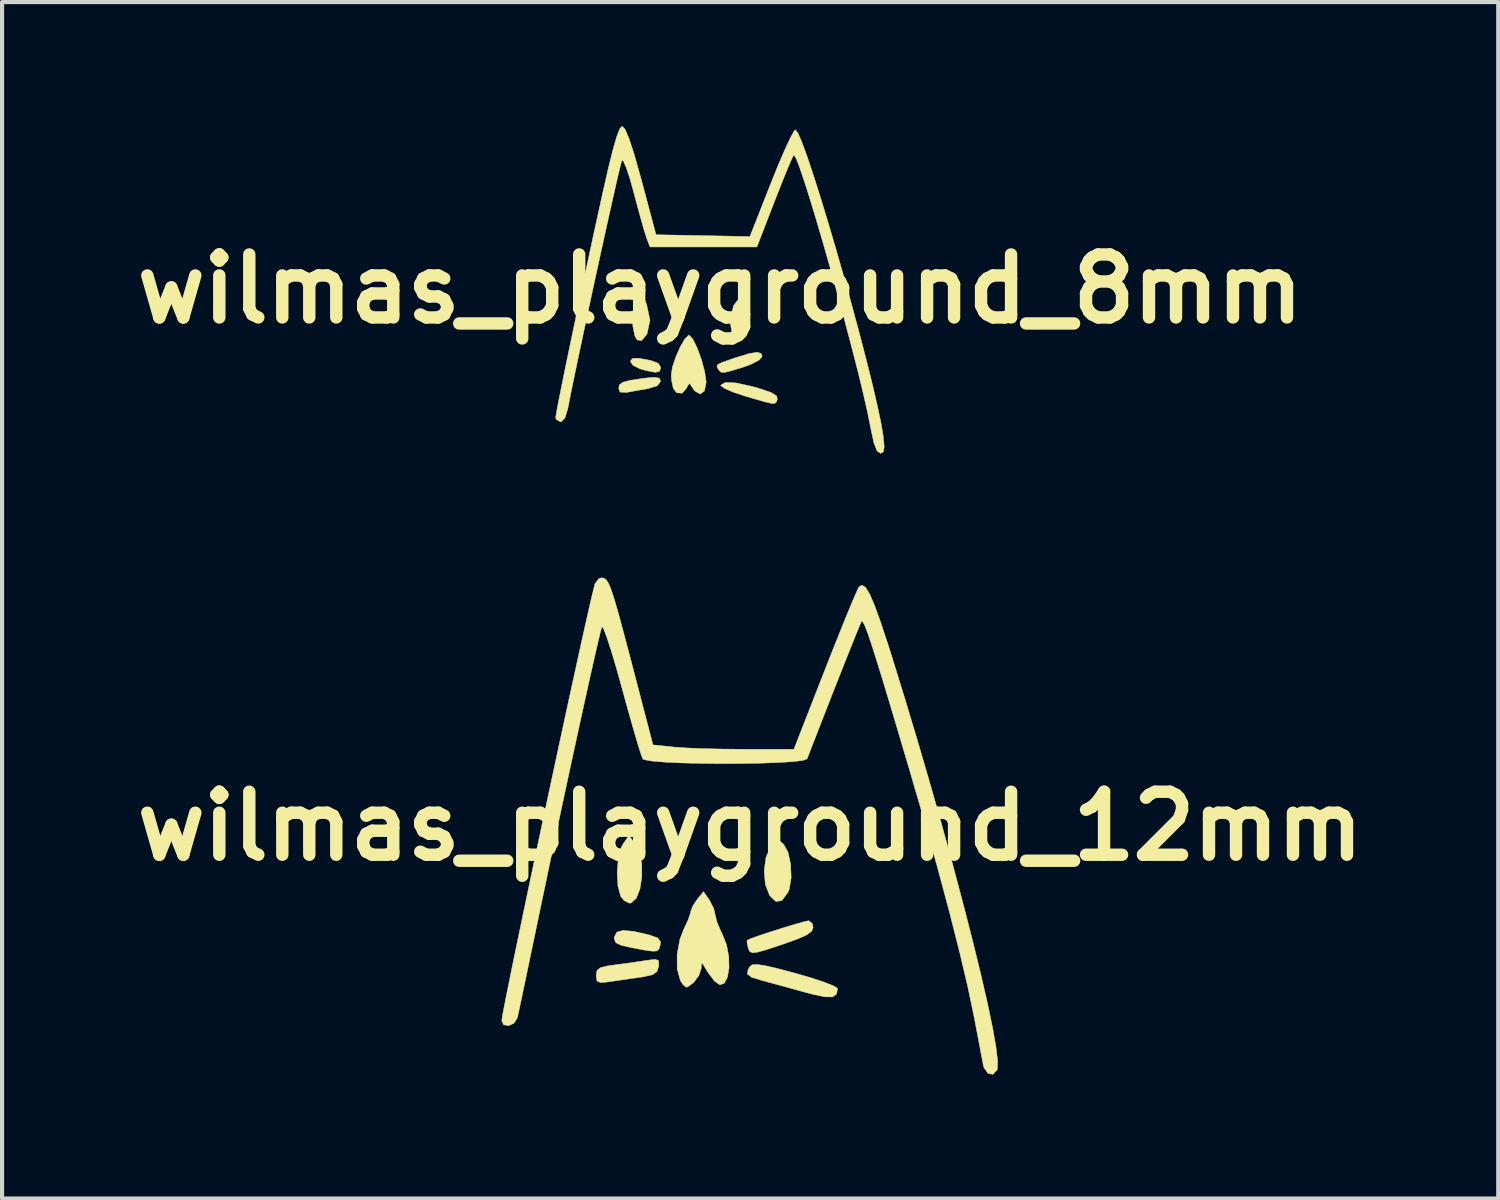
<source format=kicad_pcb>
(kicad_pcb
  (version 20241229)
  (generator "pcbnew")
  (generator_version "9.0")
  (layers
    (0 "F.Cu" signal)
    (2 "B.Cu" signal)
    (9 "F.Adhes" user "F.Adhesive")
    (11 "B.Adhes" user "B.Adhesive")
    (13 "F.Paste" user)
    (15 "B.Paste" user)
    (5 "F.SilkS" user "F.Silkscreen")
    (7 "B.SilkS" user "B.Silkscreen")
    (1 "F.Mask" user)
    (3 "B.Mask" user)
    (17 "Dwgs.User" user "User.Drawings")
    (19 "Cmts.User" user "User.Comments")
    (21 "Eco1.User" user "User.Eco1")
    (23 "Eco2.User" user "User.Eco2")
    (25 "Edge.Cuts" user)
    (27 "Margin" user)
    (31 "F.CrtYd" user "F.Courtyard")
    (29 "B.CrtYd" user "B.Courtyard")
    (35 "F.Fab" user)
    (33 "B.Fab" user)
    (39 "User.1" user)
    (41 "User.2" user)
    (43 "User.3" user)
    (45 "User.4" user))
  (footprint "wilmas_playground_8mm"
    (layer "F.Cu")
    (at 14.376 3.942)
    (property "Reference" "wilmas_playground_8mm" (at 0 0 0) (layer "F.SilkS") (effects (font (size 1.524 1.524) (thickness 0.3))))
    (attr through_hole)
    (fp_poly (pts (xy -1.67 1.733) (xy -1.499 1.8) (xy -1.44 1.89) (xy -1.439 1.907) (xy -1.466 1.995) (xy -1.57 2.018) (xy -1.783 1.977) (xy -1.932 1.936) (xy -2.108 1.85) (xy -2.174 1.751) (xy -2.122 1.681) (xy -1.981 1.675) (xy -1.67 1.733)) (stroke (width 0.01) (type solid)) (fill yes) (layer "F.SilkS"))
    (fp_poly (pts (xy -1.816 0.289) (xy -1.779 0.377) (xy -1.698 0.757) (xy -1.767 1.079) (xy -1.781 1.106) (xy -1.901 1.251) (xy -2.009 1.233) (xy -2.065 1.136) (xy -2.113 0.9) (xy -2.111 0.626) (xy -2.064 0.385) (xy -1.991 0.255) (xy -1.891 0.207) (xy -1.816 0.289)) (stroke (width 0.01) (type solid)) (fill yes) (layer "F.SilkS"))
    (fp_poly (pts (xy 0.548 0.324) (xy 0.629 0.492) (xy 0.668 0.722) (xy 0.651 0.958) (xy 0.637 1.009) (xy 0.536 1.151) (xy 0.399 1.177) (xy 0.291 1.075) (xy 0.288 1.067) (xy 0.251 0.854) (xy 0.269 0.61) (xy 0.329 0.397) (xy 0.42 0.278) (xy 0.44 0.271) (xy 0.548 0.324)) (stroke (width 0.01) (type solid)) (fill yes) (layer "F.SilkS"))
    (fp_poly (pts (xy -1.472 2.159) (xy -1.439 2.232) (xy -1.439 2.235) (xy -1.52 2.342) (xy -1.753 2.413) (xy -1.757 2.414) (xy -2.023 2.459) (xy -2.248 2.501) (xy -2.265 2.504) (xy -2.419 2.497) (xy -2.455 2.412) (xy -2.438 2.322) (xy -2.363 2.26) (xy -2.194 2.214) (xy -1.898 2.168) (xy -1.841 2.16) (xy -1.593 2.137) (xy -1.472 2.159)) (stroke (width 0.01) (type solid)) (fill yes) (layer "F.SilkS"))
    (fp_poly (pts (xy 0.378 2.273) (xy 0.773 2.359) (xy 0.948 2.408) (xy 1.232 2.505) (xy 1.369 2.592) (xy 1.383 2.672) (xy 1.359 2.736) (xy 1.323 2.769) (xy 1.242 2.769) (xy 1.084 2.732) (xy 0.813 2.654) (xy 0.607 2.594) (xy 0.317 2.498) (xy 0.107 2.407) (xy 0.015 2.338) (xy 0.015 2.328) (xy 0.123 2.263) (xy 0.378 2.273)) (stroke (width 0.01) (type solid)) (fill yes) (layer "F.SilkS"))
    (fp_poly (pts (xy 0.997 1.565) (xy 1.016 1.636) (xy 0.942 1.72) (xy 0.751 1.821) (xy 0.564 1.89) (xy 0.277 1.978) (xy 0.11 2.019) (xy 0.023 2.016) (xy -0.026 1.972) (xy -0.046 1.942) (xy -0.079 1.877) (xy -0.058 1.829) (xy 0.049 1.776) (xy 0.275 1.697) (xy 0.375 1.663) (xy 0.703 1.563) (xy 0.901 1.531) (xy 0.997 1.565)) (stroke (width 0.01) (type solid)) (fill yes) (layer "F.SilkS"))
    (fp_poly (pts (xy -0.658 1.219) (xy -0.554 1.432) (xy -0.454 1.707) (xy -0.376 1.991) (xy -0.34 2.232) (xy -0.339 2.265) (xy -0.381 2.472) (xy -0.485 2.544) (xy -0.615 2.468) (xy -0.667 2.392) (xy -0.738 2.289) (xy -0.785 2.336) (xy -0.808 2.392) (xy -0.918 2.522) (xy -1.052 2.513) (xy -1.134 2.406) (xy -1.176 2.212) (xy -1.185 2.078) (xy -1.154 1.885) (xy -1.073 1.644) (xy -0.967 1.403) (xy -0.857 1.213) (xy -0.766 1.121) (xy -0.746 1.12) (xy -0.658 1.219)) (stroke (width 0.01) (type solid)) (fill yes) (layer "F.SilkS"))
    (fp_poly (pts (xy -2.3 -3.862) (xy -2.202 -3.633) (xy -2.077 -3.248) (xy -1.923 -2.7) (xy -1.902 -2.625) (xy -1.552 -1.312) (xy 0.72 -1.268) (xy 1.228 -2.56) (xy 1.402 -2.992) (xy 1.562 -3.363) (xy 1.694 -3.646) (xy 1.786 -3.815) (xy 1.82 -3.852) (xy 1.882 -3.772) (xy 1.979 -3.549) (xy 2.107 -3.2) (xy 2.259 -2.746) (xy 2.43 -2.206) (xy 2.615 -1.6) (xy 2.807 -0.948) (xy 3.001 -0.269) (xy 3.192 0.417) (xy 3.374 1.092) (xy 3.541 1.734) (xy 3.688 2.324) (xy 3.808 2.844) (xy 3.898 3.272) (xy 3.946 3.563) (xy 3.97 3.817) (xy 3.95 3.944) (xy 3.88 3.979) (xy 3.877 3.979) (xy 3.794 3.917) (xy 3.718 3.717) (xy 3.643 3.365) (xy 3.57 3.002) (xy 3.466 2.542) (xy 3.336 2.006) (xy 3.184 1.414) (xy 3.018 0.784) (xy 2.843 0.139) (xy 2.664 -0.504) (xy 2.487 -1.124) (xy 2.318 -1.7) (xy 2.162 -2.214) (xy 2.024 -2.645) (xy 1.911 -2.974) (xy 1.828 -3.179) (xy 1.781 -3.243) (xy 1.779 -3.241) (xy 1.73 -3.141) (xy 1.633 -2.915) (xy 1.502 -2.592) (xy 1.349 -2.204) (xy 1.307 -2.096) (xy 0.889 -1.016) (xy -0.404 -1.016) (xy -1.698 -1.016) (xy -1.777 -1.225) (xy -1.831 -1.392) (xy -1.913 -1.678) (xy -2.012 -2.04) (xy -2.088 -2.327) (xy -2.185 -2.675) (xy -2.274 -2.94) (xy -2.342 -3.093) (xy -2.378 -3.113) (xy -2.406 -3.013) (xy -2.465 -2.77) (xy -2.548 -2.407) (xy -2.651 -1.947) (xy -2.77 -1.413) (xy -2.899 -0.826) (xy -3.033 -0.211) (xy -3.167 0.41) (xy -3.297 1.014) (xy -3.417 1.579) (xy -3.522 2.081) (xy -3.608 2.498) (xy -3.669 2.807) (xy -3.687 2.9) (xy -3.754 3.116) (xy -3.847 3.215) (xy -3.862 3.217) (xy -3.968 3.157) (xy -3.98 3.111) (xy -3.962 2.995) (xy -3.913 2.733) (xy -3.835 2.344) (xy -3.734 1.846) (xy -3.612 1.261) (xy -3.474 0.605) (xy -3.324 -0.1) (xy -3.166 -0.837) (xy -3.004 -1.585) (xy -2.85 -2.286) (xy -2.709 -2.908) (xy -2.594 -3.374) (xy -2.501 -3.693) (xy -2.428 -3.878) (xy -2.37 -3.937) (xy -2.37 -3.937) (xy -2.3 -3.862)) (stroke (width 0.01) (type solid)) (fill yes) (layer "F.SilkS")))
  (footprint "wilmas_playground_12mm"
    (layer "F.Cu")
    (at 15.102 16.943)
    (property "Reference" "wilmas_playground_12mm" (at 0 0 0) (layer "F.SilkS") (effects (font (size 1.524 1.524) (thickness 0.3))))
    (attr through_hole)
    (fp_poly (pts (xy -2.813 2.545) (xy -2.442 2.63) (xy -2.239 2.702) (xy -2.168 2.792) (xy -2.177 2.88) (xy -2.206 2.971) (xy -2.258 3.018) (xy -2.37 3.024) (xy -2.579 2.993) (xy -2.862 2.94) (xy -3.123 2.88) (xy -3.253 2.817) (xy -3.289 2.726) (xy -3.285 2.676) (xy -3.226 2.563) (xy -3.076 2.52) (xy -2.813 2.545)) (stroke (width 0.01) (type solid)) (fill yes) (layer "F.SilkS"))
    (fp_poly (pts (xy -2.78 0.42) (xy -2.674 0.636) (xy -2.622 0.921) (xy -2.622 1.23) (xy -2.667 1.518) (xy -2.755 1.742) (xy -2.88 1.856) (xy -2.921 1.863) (xy -3.054 1.796) (xy -3.13 1.699) (xy -3.198 1.458) (xy -3.218 1.134) (xy -3.192 0.797) (xy -3.123 0.52) (xy -3.076 0.429) (xy -2.935 0.228) (xy -2.78 0.42)) (stroke (width 0.01) (type solid)) (fill yes) (layer "F.SilkS"))
    (fp_poly (pts (xy 0.811 0.438) (xy 0.918 0.634) (xy 0.98 0.926) (xy 0.992 1.245) (xy 0.947 1.523) (xy 0.914 1.602) (xy 0.77 1.796) (xy 0.628 1.824) (xy 0.479 1.686) (xy 0.474 1.679) (xy 0.368 1.413) (xy 0.339 1.077) (xy 0.385 0.746) (xy 0.503 0.496) (xy 0.626 0.365) (xy 0.715 0.357) (xy 0.811 0.438)) (stroke (width 0.01) (type solid)) (fill yes) (layer "F.SilkS"))
    (fp_poly (pts (xy -2.217 3.249) (xy -2.21 3.356) (xy -2.215 3.395) (xy -2.257 3.521) (xy -2.368 3.595) (xy -2.593 3.645) (xy -2.667 3.655) (xy -2.994 3.702) (xy -3.313 3.748) (xy -3.408 3.763) (xy -3.615 3.785) (xy -3.705 3.748) (xy -3.725 3.629) (xy -3.725 3.611) (xy -3.707 3.491) (xy -3.623 3.421) (xy -3.433 3.376) (xy -3.281 3.356) (xy -2.948 3.312) (xy -2.624 3.265) (xy -2.511 3.247) (xy -2.303 3.22) (xy -2.217 3.249)) (stroke (width 0.01) (type solid)) (fill yes) (layer "F.SilkS"))
    (fp_poly (pts (xy 1.505 2.356) (xy 1.524 2.448) (xy 1.491 2.538) (xy 1.373 2.627) (xy 1.145 2.729) (xy 0.781 2.859) (xy 0.765 2.864) (xy 0.413 2.981) (xy 0.188 3.046) (xy 0.059 3.063) (xy -0.007 3.036) (xy -0.041 2.967) (xy -0.047 2.95) (xy -0.078 2.804) (xy -0.071 2.757) (xy 0.029 2.713) (xy 0.244 2.637) (xy 0.529 2.544) (xy 0.836 2.447) (xy 1.119 2.362) (xy 1.33 2.304) (xy 1.418 2.286) (xy 1.505 2.356)) (stroke (width 0.01) (type solid)) (fill yes) (layer "F.SilkS"))
    (fp_poly (pts (xy 0.36 3.373) (xy 0.667 3.444) (xy 1.092 3.557) (xy 1.48 3.67) (xy 1.801 3.776) (xy 2.023 3.865) (xy 2.115 3.925) (xy 2.115 3.929) (xy 2.089 4.064) (xy 1.995 4.13) (xy 1.808 4.129) (xy 1.502 4.064) (xy 1.312 4.013) (xy 0.94 3.91) (xy 0.581 3.812) (xy 0.304 3.737) (xy 0.275 3.729) (xy 0.034 3.654) (xy -0.066 3.579) (xy -0.051 3.472) (xy -0.007 3.396) (xy 0.05 3.353) (xy 0.163 3.344) (xy 0.36 3.373)) (stroke (width 0.01) (type solid)) (fill yes) (layer "F.SilkS"))
    (fp_poly (pts (xy -0.988 1.784) (xy -0.883 1.984) (xy -0.847 2.136) (xy -0.808 2.303) (xy -0.712 2.535) (xy -0.677 2.603) (xy -0.57 2.873) (xy -0.517 3.158) (xy -0.511 3.428) (xy -0.549 3.652) (xy -0.625 3.799) (xy -0.733 3.838) (xy -0.864 3.746) (xy -1.015 3.544) (xy -1.086 3.429) (xy -1.158 3.311) (xy -1.18 3.344) (xy -1.183 3.437) (xy -1.239 3.607) (xy -1.365 3.78) (xy -1.507 3.886) (xy -1.549 3.895) (xy -1.627 3.83) (xy -1.69 3.731) (xy -1.766 3.455) (xy -1.767 3.098) (xy -1.699 2.731) (xy -1.609 2.498) (xy -1.504 2.272) (xy -1.445 2.101) (xy -1.439 2.066) (xy -1.39 1.932) (xy -1.284 1.774) (xy -1.129 1.582) (xy -0.988 1.784)) (stroke (width 0.01) (type solid)) (fill yes) (layer "F.SilkS"))
    (fp_poly (pts (xy -3.536 -6.002) (xy -3.482 -5.963) (xy -3.426 -5.876) (xy -3.362 -5.722) (xy -3.284 -5.482) (xy -3.185 -5.14) (xy -3.06 -4.676) (xy -2.9 -4.072) (xy -2.84 -3.842) (xy -2.352 -1.969) (xy -1.841 -1.916) (xy -1.561 -1.896) (xy -1.163 -1.879) (xy -0.695 -1.868) (xy -0.208 -1.863) (xy -0.136 -1.863) (xy 1.058 -1.863) (xy 1.811 -3.789) (xy 2.023 -4.327) (xy 2.218 -4.814) (xy 2.386 -5.227) (xy 2.519 -5.544) (xy 2.607 -5.741) (xy 2.637 -5.796) (xy 2.71 -5.833) (xy 2.793 -5.779) (xy 2.891 -5.621) (xy 3.01 -5.344) (xy 3.158 -4.937) (xy 3.34 -4.385) (xy 3.429 -4.106) (xy 3.751 -3.063) (xy 4.066 -2.015) (xy 4.369 -0.976) (xy 4.657 0.039) (xy 4.926 1.018) (xy 5.172 1.946) (xy 5.393 2.81) (xy 5.585 3.596) (xy 5.744 4.29) (xy 5.867 4.879) (xy 5.95 5.35) (xy 5.989 5.687) (xy 5.983 5.878) (xy 5.979 5.889) (xy 5.878 6.003) (xy 5.755 5.981) (xy 5.657 5.839) (xy 5.641 5.779) (xy 5.607 5.601) (xy 5.55 5.303) (xy 5.479 4.929) (xy 5.419 4.614) (xy 5.271 3.907) (xy 5.071 3.057) (xy 4.823 2.08) (xy 4.531 0.992) (xy 4.198 -0.19) (xy 3.846 -1.397) (xy 3.585 -2.277) (xy 3.367 -3.007) (xy 3.188 -3.599) (xy 3.043 -4.066) (xy 2.93 -4.42) (xy 2.844 -4.674) (xy 2.78 -4.84) (xy 2.735 -4.931) (xy 2.705 -4.959) (xy 2.691 -4.95) (xy 2.646 -4.848) (xy 2.547 -4.607) (xy 2.403 -4.247) (xy 2.22 -3.786) (xy 2.006 -3.243) (xy 1.769 -2.638) (xy 1.517 -1.989) (xy 1.378 -1.63) (xy 1.282 -1.594) (xy 1.047 -1.564) (xy 0.701 -1.542) (xy 0.273 -1.526) (xy -0.207 -1.517) (xy -0.711 -1.515) (xy -1.209 -1.52) (xy -1.672 -1.532) (xy -2.071 -1.551) (xy -2.377 -1.577) (xy -2.56 -1.609) (xy -2.599 -1.63) (xy -2.641 -1.741) (xy -2.719 -1.99) (xy -2.824 -2.348) (xy -2.95 -2.789) (xy -3.086 -3.286) (xy -3.102 -3.344) (xy -3.237 -3.828) (xy -3.36 -4.24) (xy -3.464 -4.56) (xy -3.541 -4.764) (xy -3.584 -4.831) (xy -3.588 -4.826) (xy -3.623 -4.701) (xy -3.688 -4.427) (xy -3.781 -4.024) (xy -3.897 -3.508) (xy -4.032 -2.897) (xy -4.182 -2.21) (xy -4.344 -1.464) (xy -4.513 -0.676) (xy -4.687 0.136) (xy -4.86 0.953) (xy -5.028 1.758) (xy -5.086 2.032) (xy -5.216 2.657) (xy -5.337 3.235) (xy -5.443 3.743) (xy -5.53 4.159) (xy -5.594 4.459) (xy -5.629 4.621) (xy -5.632 4.636) (xy -5.716 4.768) (xy -5.849 4.827) (xy -5.968 4.802) (xy -6.011 4.703) (xy -5.994 4.586) (xy -5.944 4.321) (xy -5.865 3.926) (xy -5.762 3.418) (xy -5.637 2.814) (xy -5.495 2.132) (xy -5.339 1.389) (xy -5.173 0.603) (xy -5 -0.209) (xy -4.825 -1.028) (xy -4.651 -1.839) (xy -4.482 -2.623) (xy -4.321 -3.362) (xy -4.173 -4.04) (xy -4.041 -4.639) (xy -3.928 -5.141) (xy -3.839 -5.53) (xy -3.777 -5.786) (xy -3.757 -5.863) (xy -3.665 -5.989) (xy -3.596 -6.011) (xy -3.536 -6.002)) (stroke (width 0.01) (type solid)) (fill yes) (layer "F.SilkS")))
  (gr_rect
    (start -3 -3)
    (end 33.204 25.951)
    (stroke (width 0.1) (type default))
    (fill no)
    (layer "Edge.Cuts")))
</source>
